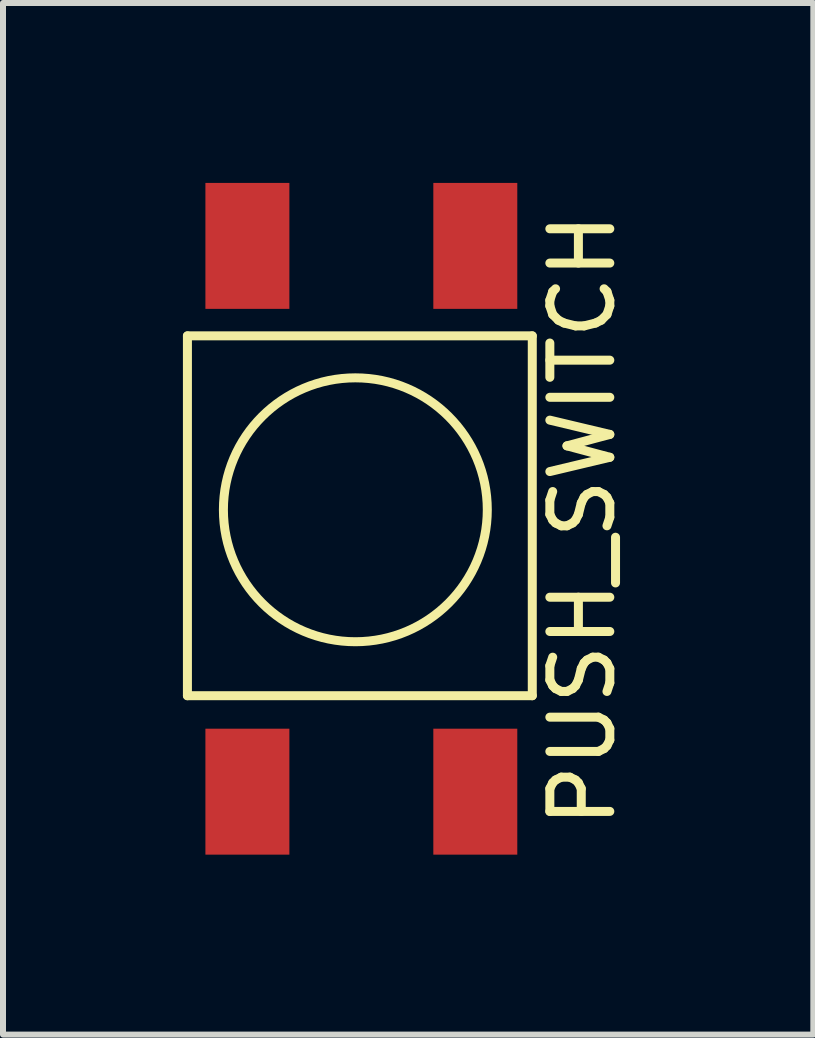
<source format=kicad_pcb>
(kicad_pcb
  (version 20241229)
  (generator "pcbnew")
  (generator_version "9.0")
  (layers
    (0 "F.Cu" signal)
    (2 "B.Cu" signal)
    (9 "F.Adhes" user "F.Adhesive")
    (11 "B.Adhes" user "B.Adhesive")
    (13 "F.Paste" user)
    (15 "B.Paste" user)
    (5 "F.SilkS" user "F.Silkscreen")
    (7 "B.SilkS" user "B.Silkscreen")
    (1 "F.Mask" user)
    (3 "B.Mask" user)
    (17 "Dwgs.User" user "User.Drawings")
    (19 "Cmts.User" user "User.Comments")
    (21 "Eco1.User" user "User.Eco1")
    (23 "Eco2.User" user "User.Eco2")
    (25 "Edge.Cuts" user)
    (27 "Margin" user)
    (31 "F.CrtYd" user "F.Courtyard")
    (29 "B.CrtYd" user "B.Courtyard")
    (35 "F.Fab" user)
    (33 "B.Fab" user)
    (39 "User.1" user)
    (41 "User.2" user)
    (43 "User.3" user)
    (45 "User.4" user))
  (footprint "PUSH_SWITCH"
    (layer "F.Cu")
    (at 1.075 1.05)
    (property "Reference" "PUSH_SWITCH" (at 5.588 4.572 90) (layer "F.SilkS") (effects (font (size 1 1) (thickness 0.15))))
    (attr through_hole)
    (fp_line (start -1 1.5) (end 4.75 1.5) (stroke (width 0.15) (type solid)) (layer "F.SilkS"))
    (fp_line (start -1 7.5) (end -1 1.5) (stroke (width 0.15) (type solid)) (layer "F.SilkS"))
    (fp_line (start 4.75 1.5) (end 4.75 7.5) (stroke (width 0.15) (type solid)) (layer "F.SilkS"))
    (fp_line (start 4.75 7.5) (end -1 7.5) (stroke (width 0.15) (type solid)) (layer "F.SilkS"))
    (fp_circle (center 1.8 4.4) (end 1.8 6.6) (stroke (width 0.15) (type solid)) (fill no) (layer "F.SilkS"))
    (pad "1" smd rect (at 3.8 0) (size 1.4 2.1) (layers "F.Cu" "F.Mask" "F.Paste"))
    (pad "2" smd rect (at 3.8 9.1) (size 1.4 2.1) (layers "F.Cu" "F.Mask" "F.Paste"))
    (pad "3" smd rect (at 0 0) (size 1.4 2.1) (layers "F.Cu" "F.Mask" "F.Paste"))
    (pad "4" smd rect (at 0 9.1) (size 1.4 2.1) (layers "F.Cu" "F.Mask" "F.Paste")))
  (gr_rect
    (start -3 -3)
    (end 10.511 14.2)
    (stroke (width 0.1) (type default))
    (fill no)
    (layer "Edge.Cuts")))
</source>
